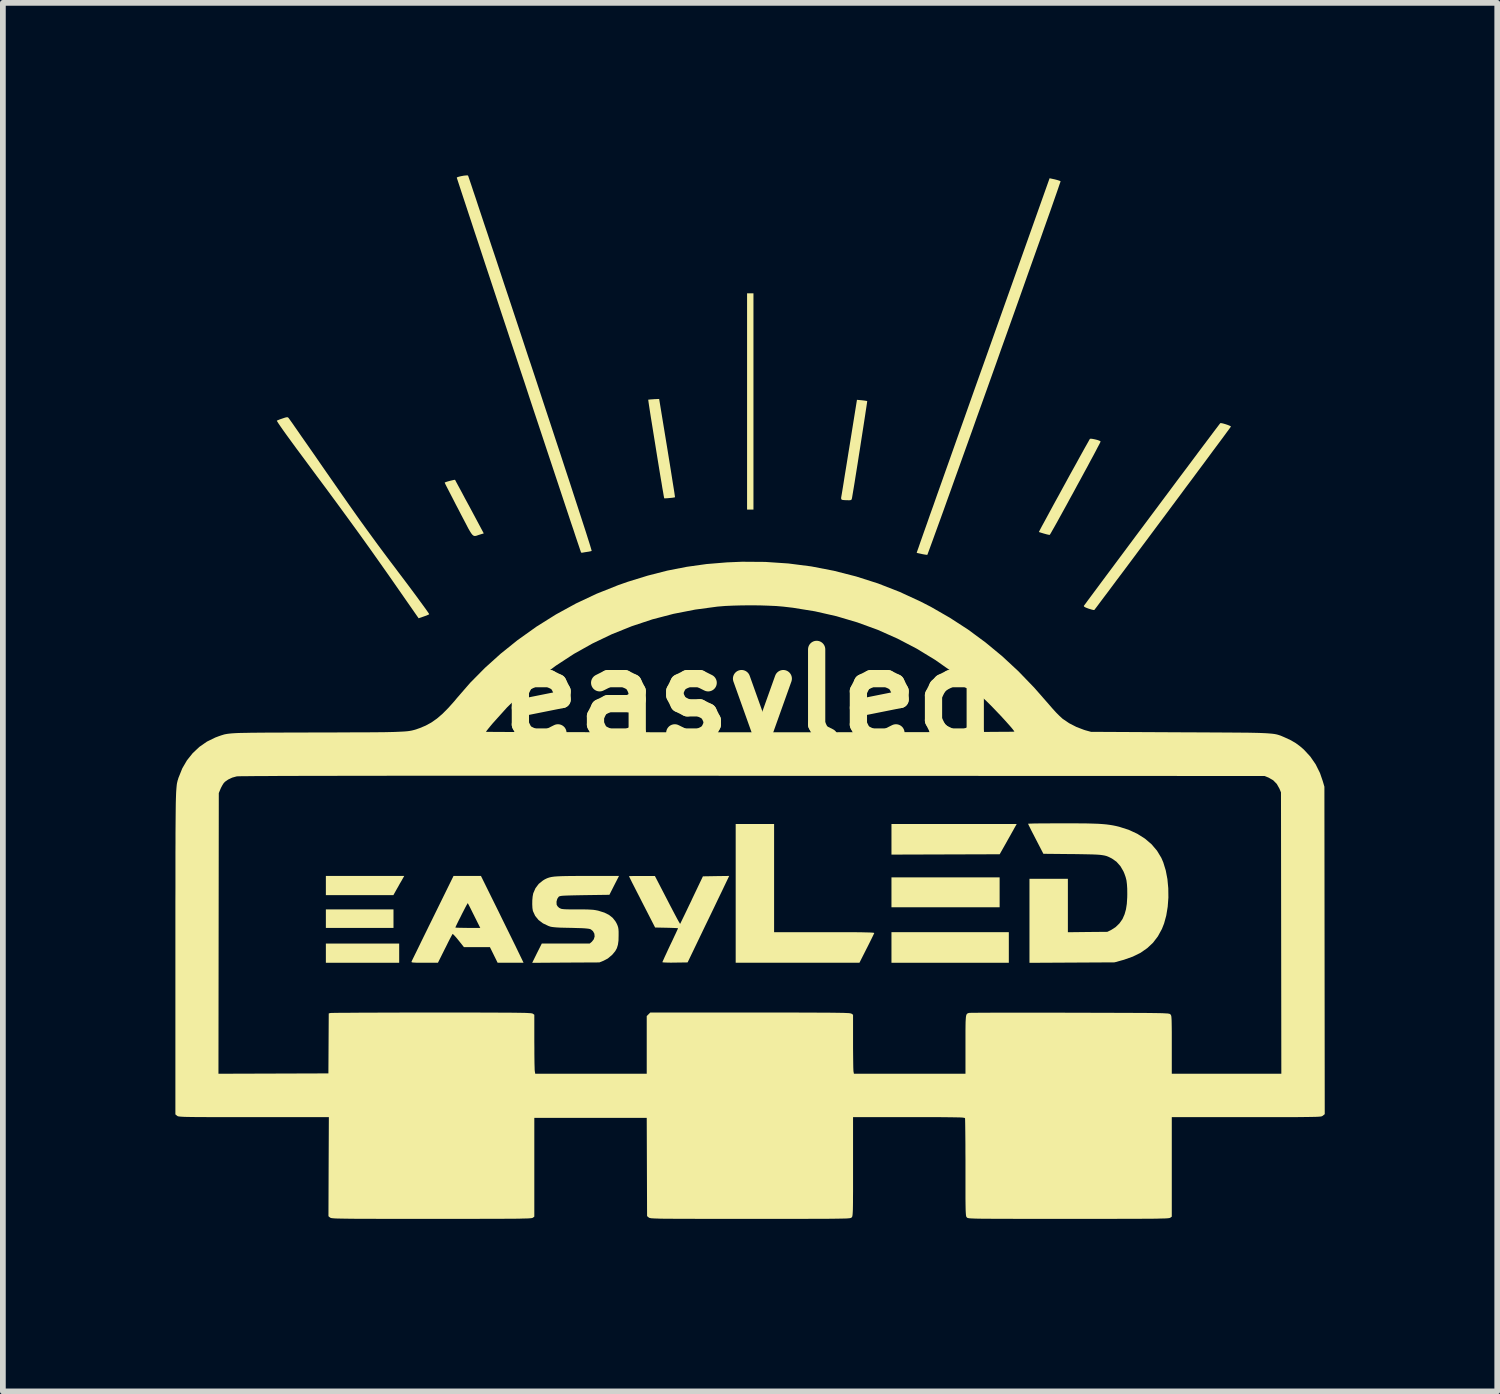
<source format=kicad_pcb>
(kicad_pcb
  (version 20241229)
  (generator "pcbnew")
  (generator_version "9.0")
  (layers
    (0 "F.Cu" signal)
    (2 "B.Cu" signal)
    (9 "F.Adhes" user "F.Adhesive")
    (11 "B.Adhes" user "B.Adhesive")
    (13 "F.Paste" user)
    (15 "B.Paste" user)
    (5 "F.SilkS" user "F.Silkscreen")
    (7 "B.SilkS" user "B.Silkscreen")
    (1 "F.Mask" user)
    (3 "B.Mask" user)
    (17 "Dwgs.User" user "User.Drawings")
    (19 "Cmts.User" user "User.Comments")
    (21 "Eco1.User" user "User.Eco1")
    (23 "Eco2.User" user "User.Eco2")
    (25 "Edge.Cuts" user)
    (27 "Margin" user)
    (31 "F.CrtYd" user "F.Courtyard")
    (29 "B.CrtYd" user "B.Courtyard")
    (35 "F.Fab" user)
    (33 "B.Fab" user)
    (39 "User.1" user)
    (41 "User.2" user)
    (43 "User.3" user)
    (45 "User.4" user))
  (footprint "easyled"
    (layer "F.Cu")
    (at 9.991 9.078)
    (property "Reference" "easyled" (at 0 0 0) (layer "F.SilkS") (effects (font (size 1.524 1.524) (thickness 0.3))))
    (attr board_only exclude_from_pos_files exclude_from_bom)
    (fp_poly (pts (xy -6.198 4.009) (xy -7.374 4.009) (xy -7.374 3.687) (xy -6.198 3.687)) (stroke (width 0) (type solid)) (fill yes) (layer "F.SilkS"))
    (fp_poly (pts (xy -6.099 4.615) (xy -7.374 4.615) (xy -7.374 4.281) (xy -6.099 4.281)) (stroke (width 0) (type solid)) (fill yes) (layer "F.SilkS"))
    (fp_poly (pts (xy 0.062 -3.266) (xy -0.049 -3.266) (xy -0.049 -7.027) (xy 0.062 -7.027)) (stroke (width 0) (type solid)) (fill yes) (layer "F.SilkS"))
    (fp_poly (pts (xy 4.343 3.65) (xy 2.462 3.65) (xy 2.462 3.13) (xy 4.343 3.13)) (stroke (width 0) (type solid)) (fill yes) (layer "F.SilkS"))
    (fp_poly (pts (xy 4.503 4.615) (xy 2.462 4.615) (xy 2.462 4.083) (xy 4.503 4.083)) (stroke (width 0) (type solid)) (fill yes) (layer "F.SilkS"))
    (fp_poly (pts (xy -6.041 3.158) (xy -6.06 3.192) (xy -6.088 3.239) (xy -6.118 3.294) (xy -6.136 3.325) (xy -6.2 3.439) (xy -7.374 3.439) (xy -7.374 3.105) (xy -6.011 3.105)) (stroke (width 0) (type solid)) (fill yes) (layer "F.SilkS"))
    (fp_poly (pts (xy 4.603 2.267) (xy 4.585 2.3) (xy 4.558 2.348) (xy 4.524 2.409) (xy 4.486 2.476) (xy 4.456 2.53) (xy 4.344 2.728) (xy 3.403 2.731) (xy 2.462 2.734) (xy 2.462 2.202) (xy 4.64 2.202)) (stroke (width 0) (type solid)) (fill yes) (layer "F.SilkS"))
    (fp_poly (pts (xy 0.421 4.083) (xy 1.294 4.083) (xy 1.468 4.083) (xy 1.619 4.083) (xy 1.748 4.084) (xy 1.856 4.084) (xy 1.946 4.085) (xy 2.018 4.087) (xy 2.073 4.088) (xy 2.114 4.09) (xy 2.142 4.092) (xy 2.158 4.095) (xy 2.163 4.098) (xy 2.163 4.098) (xy 2.156 4.113) (xy 2.14 4.147) (xy 2.116 4.196) (xy 2.086 4.257) (xy 2.051 4.327) (xy 2.032 4.364) (xy 1.905 4.615) (xy -0.247 4.615) (xy -0.247 2.202) (xy 0.421 2.202)) (stroke (width 0) (type solid)) (fill yes) (layer "F.SilkS"))
    (fp_poly (pts (xy -5.128 -3.783) (xy -5.121 -3.772) (xy -5.105 -3.741) (xy -5.079 -3.693) (xy -5.045 -3.63) (xy -5.004 -3.554) (xy -4.958 -3.467) (xy -4.907 -3.373) (xy -4.876 -3.316) (xy -4.628 -2.852) (xy -4.694 -2.832) (xy -4.725 -2.822) (xy -4.75 -2.813) (xy -4.771 -2.808) (xy -4.789 -2.807) (xy -4.807 -2.813) (xy -4.825 -2.827) (xy -4.845 -2.852) (xy -4.868 -2.888) (xy -4.897 -2.938) (xy -4.931 -3.004) (xy -4.974 -3.086) (xy -5.027 -3.187) (xy -5.065 -3.261) (xy -5.117 -3.36) (xy -5.164 -3.452) (xy -5.207 -3.535) (xy -5.244 -3.607) (xy -5.274 -3.665) (xy -5.295 -3.707) (xy -5.306 -3.731) (xy -5.308 -3.735) (xy -5.297 -3.741) (xy -5.269 -3.751) (xy -5.231 -3.762) (xy -5.191 -3.772) (xy -5.156 -3.78) (xy -5.133 -3.784)) (stroke (width 0) (type solid)) (fill yes) (layer "F.SilkS"))
    (fp_poly (pts (xy -1.438 -4.338) (xy -1.415 -4.196) (xy -1.393 -4.061) (xy -1.373 -3.936) (xy -1.355 -3.822) (xy -1.339 -3.721) (xy -1.325 -3.635) (xy -1.314 -3.566) (xy -1.307 -3.516) (xy -1.303 -3.488) (xy -1.302 -3.481) (xy -1.317 -3.477) (xy -1.348 -3.472) (xy -1.388 -3.468) (xy -1.429 -3.464) (xy -1.465 -3.462) (xy -1.487 -3.462) (xy -1.49 -3.463) (xy -1.493 -3.477) (xy -1.5 -3.513) (xy -1.509 -3.568) (xy -1.522 -3.64) (xy -1.536 -3.727) (xy -1.553 -3.826) (xy -1.571 -3.935) (xy -1.59 -4.052) (xy -1.61 -4.174) (xy -1.63 -4.299) (xy -1.65 -4.424) (xy -1.67 -4.547) (xy -1.689 -4.666) (xy -1.707 -4.778) (xy -1.724 -4.881) (xy -1.738 -4.972) (xy -1.75 -5.05) (xy -1.759 -5.111) (xy -1.765 -5.153) (xy -1.768 -5.174) (xy -1.768 -5.177) (xy -1.754 -5.179) (xy -1.722 -5.182) (xy -1.678 -5.185) (xy -1.671 -5.186) (xy -1.578 -5.19)) (stroke (width 0) (type solid)) (fill yes) (layer "F.SilkS"))
    (fp_poly (pts (xy 1.948 -5.167) (xy 1.991 -5.162) (xy 2.024 -5.157) (xy 2.04 -5.153) (xy 2.04 -5.153) (xy 2.039 -5.14) (xy 2.034 -5.105) (xy 2.026 -5.051) (xy 2.015 -4.98) (xy 2.002 -4.893) (xy 1.987 -4.795) (xy 1.97 -4.686) (xy 1.952 -4.57) (xy 1.933 -4.448) (xy 1.914 -4.324) (xy 1.894 -4.199) (xy 1.875 -4.076) (xy 1.856 -3.958) (xy 1.838 -3.846) (xy 1.822 -3.744) (xy 1.807 -3.653) (xy 1.794 -3.576) (xy 1.784 -3.516) (xy 1.777 -3.474) (xy 1.773 -3.455) (xy 1.767 -3.439) (xy 1.753 -3.431) (xy 1.726 -3.428) (xy 1.697 -3.429) (xy 1.654 -3.43) (xy 1.618 -3.433) (xy 1.604 -3.436) (xy 1.588 -3.447) (xy 1.587 -3.472) (xy 1.587 -3.475) (xy 1.59 -3.492) (xy 1.597 -3.532) (xy 1.607 -3.592) (xy 1.62 -3.671) (xy 1.635 -3.765) (xy 1.652 -3.873) (xy 1.672 -3.994) (xy 1.693 -4.124) (xy 1.715 -4.262) (xy 1.728 -4.341) (xy 1.862 -5.175)) (stroke (width 0) (type solid)) (fill yes) (layer "F.SilkS"))
    (fp_poly (pts (xy 5.962 -4.495) (xy 6.002 -4.487) (xy 6.042 -4.477) (xy 6.076 -4.465) (xy 6.096 -4.454) (xy 6.099 -4.45) (xy 6.093 -4.436) (xy 6.077 -4.403) (xy 6.05 -4.353) (xy 6.016 -4.287) (xy 5.974 -4.208) (xy 5.925 -4.118) (xy 5.872 -4.018) (xy 5.814 -3.912) (xy 5.754 -3.801) (xy 5.691 -3.686) (xy 5.629 -3.571) (xy 5.566 -3.457) (xy 5.506 -3.346) (xy 5.448 -3.241) (xy 5.394 -3.143) (xy 5.345 -3.054) (xy 5.302 -2.977) (xy 5.266 -2.914) (xy 5.239 -2.866) (xy 5.221 -2.836) (xy 5.214 -2.826) (xy 5.197 -2.828) (xy 5.164 -2.835) (xy 5.12 -2.847) (xy 5.116 -2.848) (xy 5.073 -2.861) (xy 5.041 -2.871) (xy 5.026 -2.876) (xy 5.026 -2.876) (xy 5.031 -2.887) (xy 5.047 -2.918) (xy 5.072 -2.966) (xy 5.107 -3.03) (xy 5.149 -3.107) (xy 5.197 -3.196) (xy 5.25 -3.294) (xy 5.307 -3.399) (xy 5.368 -3.509) (xy 5.43 -3.623) (xy 5.493 -3.738) (xy 5.555 -3.852) (xy 5.616 -3.962) (xy 5.675 -4.068) (xy 5.729 -4.167) (xy 5.779 -4.257) (xy 5.822 -4.335) (xy 5.859 -4.4) (xy 5.887 -4.45) (xy 5.905 -4.483) (xy 5.914 -4.496) (xy 5.914 -4.496) (xy 5.93 -4.499)) (stroke (width 0) (type solid)) (fill yes) (layer "F.SilkS"))
    (fp_poly (pts (xy -8.037 -4.871) (xy -8.025 -4.862) (xy -8.025 -4.862) (xy -8.015 -4.849) (xy -7.993 -4.818) (xy -7.958 -4.769) (xy -7.913 -4.704) (xy -7.857 -4.624) (xy -7.793 -4.531) (xy -7.72 -4.427) (xy -7.64 -4.312) (xy -7.554 -4.189) (xy -7.464 -4.058) (xy -7.369 -3.921) (xy -7.348 -3.891) (xy -7.213 -3.697) (xy -7.09 -3.52) (xy -6.976 -3.357) (xy -6.87 -3.207) (xy -6.769 -3.065) (xy -6.671 -2.929) (xy -6.574 -2.796) (xy -6.477 -2.663) (xy -6.376 -2.527) (xy -6.27 -2.385) (xy -6.156 -2.235) (xy -6.128 -2.197) (xy -6.038 -2.078) (xy -5.952 -1.964) (xy -5.873 -1.858) (xy -5.801 -1.761) (xy -5.737 -1.673) (xy -5.682 -1.598) (xy -5.637 -1.536) (xy -5.604 -1.489) (xy -5.583 -1.458) (xy -5.577 -1.446) (xy -5.577 -1.446) (xy -5.593 -1.437) (xy -5.626 -1.423) (xy -5.669 -1.408) (xy -5.674 -1.406) (xy -5.761 -1.376) (xy -6.279 -2.12) (xy -6.434 -2.34) (xy -6.601 -2.576) (xy -6.78 -2.826) (xy -6.969 -3.086) (xy -7.164 -3.353) (xy -7.365 -3.626) (xy -7.52 -3.834) (xy -7.656 -4.018) (xy -7.778 -4.183) (xy -7.886 -4.328) (xy -7.978 -4.454) (xy -8.056 -4.561) (xy -8.119 -4.649) (xy -8.167 -4.718) (xy -8.201 -4.768) (xy -8.221 -4.8) (xy -8.227 -4.813) (xy -8.227 -4.813) (xy -8.208 -4.821) (xy -8.174 -4.835) (xy -8.13 -4.85) (xy -8.127 -4.851) (xy -8.082 -4.866) (xy -8.054 -4.872)) (stroke (width 0) (type solid)) (fill yes) (layer "F.SilkS"))
    (fp_poly (pts (xy -0.459 3.312) (xy -0.485 3.367) (xy -0.521 3.441) (xy -0.564 3.53) (xy -0.612 3.631) (xy -0.665 3.741) (xy -0.721 3.857) (xy -0.778 3.974) (xy -0.821 4.064) (xy -1.083 4.609) (xy -1.303 4.612) (xy -1.373 4.613) (xy -1.434 4.612) (xy -1.482 4.61) (xy -1.512 4.608) (xy -1.522 4.605) (xy -1.517 4.592) (xy -1.502 4.559) (xy -1.48 4.51) (xy -1.451 4.448) (xy -1.418 4.376) (xy -1.386 4.308) (xy -1.349 4.231) (xy -1.316 4.16) (xy -1.288 4.101) (xy -1.267 4.055) (xy -1.253 4.025) (xy -1.25 4.015) (xy -1.261 4.013) (xy -1.294 4.011) (xy -1.342 4.009) (xy -1.404 4.007) (xy -1.449 4.006) (xy -1.648 4.002) (xy -1.876 3.558) (xy -1.925 3.461) (xy -1.971 3.372) (xy -2.012 3.291) (xy -2.047 3.223) (xy -2.074 3.168) (xy -2.093 3.13) (xy -2.102 3.111) (xy -2.103 3.109) (xy -2.092 3.108) (xy -2.059 3.107) (xy -2.009 3.106) (xy -1.947 3.106) (xy -1.877 3.106) (xy -1.652 3.106) (xy -1.435 3.525) (xy -1.387 3.618) (xy -1.342 3.704) (xy -1.302 3.78) (xy -1.268 3.844) (xy -1.241 3.893) (xy -1.222 3.926) (xy -1.214 3.939) (xy -1.214 3.939) (xy -1.207 3.927) (xy -1.192 3.896) (xy -1.168 3.847) (xy -1.137 3.783) (xy -1.1 3.706) (xy -1.059 3.62) (xy -1.014 3.527) (xy -1.013 3.523) (xy -0.817 3.112) (xy -0.588 3.108) (xy -0.36 3.105)) (stroke (width 0) (type solid)) (fill yes) (layer "F.SilkS"))
    (fp_poly (pts (xy -4.434 3.597) (xy -4.377 3.712) (xy -4.319 3.831) (xy -4.261 3.949) (xy -4.205 4.063) (xy -4.153 4.168) (xy -4.108 4.26) (xy -4.071 4.335) (xy -4.063 4.352) (xy -3.936 4.615) (xy -4.387 4.615) (xy -4.454 4.479) (xy -4.521 4.343) (xy -4.973 4.343) (xy -5.067 4.225) (xy -5.104 4.18) (xy -5.136 4.144) (xy -5.159 4.121) (xy -5.17 4.113) (xy -5.17 4.113) (xy -5.177 4.125) (xy -5.194 4.156) (xy -5.219 4.203) (xy -5.249 4.262) (xy -5.283 4.331) (xy -5.301 4.366) (xy -5.425 4.615) (xy -5.658 4.615) (xy -5.74 4.615) (xy -5.8 4.614) (xy -5.841 4.612) (xy -5.867 4.61) (xy -5.881 4.606) (xy -5.885 4.6) (xy -5.884 4.595) (xy -5.878 4.581) (xy -5.861 4.546) (xy -5.835 4.493) (xy -5.801 4.424) (xy -5.76 4.34) (xy -5.713 4.243) (xy -5.66 4.135) (xy -5.603 4.019) (xy -5.595 4.002) (xy -5.122 4.002) (xy -5.11 4.004) (xy -5.078 4.006) (xy -5.029 4.007) (xy -4.966 4.008) (xy -4.905 4.009) (xy -4.689 4.009) (xy -4.796 3.795) (xy -4.829 3.729) (xy -4.858 3.67) (xy -4.882 3.623) (xy -4.899 3.591) (xy -4.906 3.578) (xy -4.906 3.577) (xy -4.912 3.587) (xy -4.928 3.614) (xy -4.95 3.655) (xy -4.976 3.706) (xy -5.006 3.764) (xy -5.035 3.823) (xy -5.064 3.879) (xy -5.089 3.93) (xy -5.108 3.97) (xy -5.12 3.995) (xy -5.122 4.002) (xy -5.595 4.002) (xy -5.542 3.895) (xy -5.515 3.84) (xy -5.154 3.105) (xy -4.677 3.105)) (stroke (width 0) (type solid)) (fill yes) (layer "F.SilkS"))
    (fp_poly (pts (xy 5.305 -9.008) (xy 5.35 -8.996) (xy 5.384 -8.985) (xy 5.402 -8.977) (xy 5.403 -8.975) (xy 5.399 -8.962) (xy 5.387 -8.928) (xy 5.368 -8.872) (xy 5.342 -8.796) (xy 5.309 -8.702) (xy 5.27 -8.59) (xy 5.225 -8.461) (xy 5.174 -8.318) (xy 5.118 -8.16) (xy 5.058 -7.989) (xy 4.993 -7.807) (xy 4.924 -7.613) (xy 4.852 -7.411) (xy 4.777 -7.199) (xy 4.7 -6.981) (xy 4.62 -6.756) (xy 4.538 -6.526) (xy 4.455 -6.293) (xy 4.37 -6.056) (xy 4.286 -5.818) (xy 4.201 -5.58) (xy 4.116 -5.342) (xy 4.032 -5.107) (xy 3.948 -4.874) (xy 3.867 -4.645) (xy 3.787 -4.422) (xy 3.709 -4.205) (xy 3.634 -3.995) (xy 3.562 -3.795) (xy 3.494 -3.604) (xy 3.429 -3.424) (xy 3.369 -3.256) (xy 3.313 -3.101) (xy 3.262 -2.961) (xy 3.217 -2.837) (xy 3.178 -2.729) (xy 3.145 -2.639) (xy 3.119 -2.568) (xy 3.1 -2.517) (xy 3.089 -2.487) (xy 3.085 -2.479) (xy 3.069 -2.48) (xy 3.035 -2.485) (xy 2.991 -2.493) (xy 2.989 -2.494) (xy 2.947 -2.503) (xy 2.915 -2.51) (xy 2.901 -2.514) (xy 2.901 -2.514) (xy 2.904 -2.526) (xy 2.916 -2.56) (xy 2.936 -2.616) (xy 2.962 -2.692) (xy 2.996 -2.788) (xy 3.036 -2.902) (xy 3.083 -3.034) (xy 3.135 -3.183) (xy 3.194 -3.347) (xy 3.257 -3.527) (xy 3.326 -3.72) (xy 3.399 -3.927) (xy 3.477 -4.146) (xy 3.558 -4.375) (xy 3.643 -4.615) (xy 3.732 -4.865) (xy 3.823 -5.122) (xy 3.917 -5.387) (xy 4.014 -5.659) (xy 4.055 -5.773) (xy 5.212 -9.028)) (stroke (width 0) (type solid)) (fill yes) (layer "F.SilkS"))
    (fp_poly (pts (xy 8.226 -4.764) (xy 8.265 -4.753) (xy 8.305 -4.74) (xy 8.34 -4.726) (xy 8.362 -4.714) (xy 8.366 -4.709) (xy 8.358 -4.699) (xy 8.337 -4.67) (xy 8.303 -4.624) (xy 8.257 -4.561) (xy 8.2 -4.484) (xy 8.133 -4.394) (xy 8.057 -4.292) (xy 7.973 -4.178) (xy 7.882 -4.055) (xy 7.784 -3.924) (xy 7.682 -3.786) (xy 7.574 -3.642) (xy 7.464 -3.493) (xy 7.351 -3.342) (xy 7.237 -3.188) (xy 7.122 -3.034) (xy 7.008 -2.881) (xy 6.895 -2.729) (xy 6.784 -2.581) (xy 6.677 -2.437) (xy 6.574 -2.299) (xy 6.476 -2.168) (xy 6.384 -2.046) (xy 6.3 -1.933) (xy 6.224 -1.831) (xy 6.156 -1.741) (xy 6.099 -1.665) (xy 6.053 -1.603) (xy 6.019 -1.558) (xy 5.997 -1.53) (xy 5.99 -1.52) (xy 5.975 -1.52) (xy 5.944 -1.527) (xy 5.901 -1.54) (xy 5.891 -1.543) (xy 5.841 -1.562) (xy 5.814 -1.577) (xy 5.807 -1.59) (xy 5.807 -1.591) (xy 5.815 -1.602) (xy 5.837 -1.631) (xy 5.871 -1.678) (xy 5.918 -1.741) (xy 5.975 -1.818) (xy 6.043 -1.909) (xy 6.119 -2.012) (xy 6.204 -2.126) (xy 6.296 -2.249) (xy 6.394 -2.381) (xy 6.497 -2.519) (xy 6.604 -2.663) (xy 6.715 -2.812) (xy 6.828 -2.963) (xy 6.943 -3.117) (xy 7.058 -3.271) (xy 7.172 -3.424) (xy 7.285 -3.575) (xy 7.395 -3.723) (xy 7.502 -3.866) (xy 7.605 -4.003) (xy 7.702 -4.133) (xy 7.793 -4.255) (xy 7.877 -4.367) (xy 7.953 -4.468) (xy 8.019 -4.556) (xy 8.075 -4.631) (xy 8.121 -4.691) (xy 8.154 -4.735) (xy 8.174 -4.761) (xy 8.18 -4.769) (xy 8.195 -4.77)) (stroke (width 0) (type solid)) (fill yes) (layer "F.SilkS"))
    (fp_poly (pts (xy 5.605 2.19) (xy 5.745 2.191) (xy 5.865 2.192) (xy 5.968 2.195) (xy 6.056 2.198) (xy 6.132 2.203) (xy 6.199 2.209) (xy 6.259 2.217) (xy 6.314 2.226) (xy 6.368 2.237) (xy 6.422 2.25) (xy 6.588 2.303) (xy 6.737 2.372) (xy 6.87 2.456) (xy 6.985 2.554) (xy 7.08 2.666) (xy 7.155 2.79) (xy 7.189 2.869) (xy 7.232 3.009) (xy 7.261 3.16) (xy 7.276 3.32) (xy 7.278 3.481) (xy 7.266 3.641) (xy 7.241 3.793) (xy 7.203 3.932) (xy 7.165 4.028) (xy 7.095 4.156) (xy 7.011 4.266) (xy 6.911 4.36) (xy 6.795 4.441) (xy 6.659 4.508) (xy 6.504 4.563) (xy 6.46 4.575) (xy 6.341 4.608) (xy 5.601 4.612) (xy 4.862 4.616) (xy 4.862 3.155) (xy 5.53 3.155) (xy 5.53 4.084) (xy 5.874 4.08) (xy 6.217 4.077) (xy 6.287 4.042) (xy 6.36 3.995) (xy 6.426 3.931) (xy 6.477 3.859) (xy 6.482 3.85) (xy 6.516 3.772) (xy 6.54 3.687) (xy 6.555 3.591) (xy 6.562 3.478) (xy 6.563 3.421) (xy 6.562 3.325) (xy 6.557 3.248) (xy 6.549 3.183) (xy 6.534 3.124) (xy 6.513 3.065) (xy 6.495 3.023) (xy 6.443 2.934) (xy 6.375 2.858) (xy 6.297 2.803) (xy 6.264 2.786) (xy 6.235 2.772) (xy 6.205 2.76) (xy 6.172 2.751) (xy 6.134 2.744) (xy 6.088 2.738) (xy 6.03 2.734) (xy 5.96 2.731) (xy 5.873 2.729) (xy 5.768 2.727) (xy 5.641 2.725) (xy 5.605 2.725) (xy 5.104 2.72) (xy 4.971 2.463) (xy 4.933 2.389) (xy 4.899 2.324) (xy 4.872 2.269) (xy 4.851 2.227) (xy 4.84 2.203) (xy 4.838 2.198) (xy 4.849 2.196) (xy 4.884 2.195) (xy 4.938 2.193) (xy 5.01 2.192) (xy 5.097 2.191) (xy 5.198 2.191) (xy 5.308 2.19) (xy 5.427 2.19) (xy 5.443 2.19)) (stroke (width 0) (type solid)) (fill yes) (layer "F.SilkS"))
    (fp_poly (pts (xy -4.902 -9.075) (xy -4.897 -9.063) (xy -4.885 -9.028) (xy -4.866 -8.972) (xy -4.84 -8.895) (xy -4.808 -8.798) (xy -4.769 -8.683) (xy -4.725 -8.549) (xy -4.675 -8.399) (xy -4.62 -8.233) (xy -4.559 -8.052) (xy -4.495 -7.857) (xy -4.425 -7.649) (xy -4.352 -7.428) (xy -4.276 -7.197) (xy -4.195 -6.955) (xy -4.112 -6.704) (xy -4.026 -6.445) (xy -3.938 -6.178) (xy -3.848 -5.905) (xy -3.816 -5.811) (xy -3.7 -5.461) (xy -3.591 -5.128) (xy -3.487 -4.814) (xy -3.39 -4.519) (xy -3.299 -4.244) (xy -3.215 -3.987) (xy -3.137 -3.751) (xy -3.067 -3.535) (xy -3.003 -3.339) (xy -2.946 -3.164) (xy -2.896 -3.01) (xy -2.853 -2.878) (xy -2.818 -2.767) (xy -2.79 -2.679) (xy -2.77 -2.613) (xy -2.757 -2.569) (xy -2.752 -2.549) (xy -2.752 -2.547) (xy -2.771 -2.541) (xy -2.806 -2.534) (xy -2.827 -2.531) (xy -2.867 -2.525) (xy -2.9 -2.519) (xy -2.91 -2.517) (xy -2.93 -2.517) (xy -2.937 -2.521) (xy -2.941 -2.534) (xy -2.953 -2.569) (xy -2.972 -2.626) (xy -2.998 -2.702) (xy -3.03 -2.797) (xy -3.067 -2.91) (xy -3.111 -3.039) (xy -3.159 -3.184) (xy -3.212 -3.343) (xy -3.269 -3.515) (xy -3.33 -3.699) (xy -3.395 -3.894) (xy -3.463 -4.099) (xy -3.534 -4.312) (xy -3.607 -4.532) (xy -3.682 -4.758) (xy -3.759 -4.989) (xy -3.837 -5.225) (xy -3.915 -5.463) (xy -3.995 -5.702) (xy -4.074 -5.942) (xy -4.154 -6.181) (xy -4.232 -6.418) (xy -4.31 -6.652) (xy -4.386 -6.882) (xy -4.46 -7.106) (xy -4.532 -7.324) (xy -4.602 -7.534) (xy -4.668 -7.735) (xy -4.731 -7.926) (xy -4.791 -8.106) (xy -4.846 -8.274) (xy -4.897 -8.428) (xy -4.943 -8.568) (xy -4.984 -8.692) (xy -5.019 -8.798) (xy -5.048 -8.887) (xy -5.071 -8.957) (xy -5.087 -9.006) (xy -5.096 -9.033) (xy -5.097 -9.039) (xy -5.086 -9.047) (xy -5.058 -9.056) (xy -5.019 -9.065) (xy -4.976 -9.073) (xy -4.938 -9.077) (xy -4.911 -9.078)) (stroke (width 0) (type solid)) (fill yes) (layer "F.SilkS"))
    (fp_poly (pts (xy -2.36 3.269) (xy -2.443 3.433) (xy -2.872 3.439) (xy -2.987 3.441) (xy -3.08 3.443) (xy -3.153 3.445) (xy -3.209 3.447) (xy -3.25 3.449) (xy -3.28 3.452) (xy -3.3 3.456) (xy -3.314 3.46) (xy -3.323 3.466) (xy -3.327 3.469) (xy -3.35 3.504) (xy -3.363 3.552) (xy -3.361 3.601) (xy -3.36 3.607) (xy -3.344 3.634) (xy -3.317 3.66) (xy -3.312 3.662) (xy -3.297 3.67) (xy -3.28 3.677) (xy -3.257 3.681) (xy -3.224 3.684) (xy -3.178 3.686) (xy -3.116 3.687) (xy -3.034 3.687) (xy -2.999 3.687) (xy -2.904 3.687) (xy -2.829 3.688) (xy -2.77 3.691) (xy -2.724 3.694) (xy -2.684 3.7) (xy -2.648 3.707) (xy -2.632 3.711) (xy -2.53 3.743) (xy -2.45 3.783) (xy -2.387 3.833) (xy -2.338 3.895) (xy -2.317 3.932) (xy -2.302 3.966) (xy -2.292 3.996) (xy -2.286 4.029) (xy -2.283 4.073) (xy -2.283 4.134) (xy -2.283 4.138) (xy -2.285 4.229) (xy -2.295 4.301) (xy -2.313 4.361) (xy -2.341 4.412) (xy -2.383 4.463) (xy -2.399 4.48) (xy -2.471 4.541) (xy -2.543 4.579) (xy -2.617 4.609) (xy -3.202 4.612) (xy -3.786 4.616) (xy -3.703 4.448) (xy -3.619 4.281) (xy -2.786 4.281) (xy -2.748 4.249) (xy -2.715 4.207) (xy -2.7 4.158) (xy -2.705 4.109) (xy -2.729 4.065) (xy -2.764 4.036) (xy -2.779 4.029) (xy -2.801 4.024) (xy -2.832 4.02) (xy -2.875 4.016) (xy -2.933 4.013) (xy -3.01 4.011) (xy -3.107 4.008) (xy -3.118 4.008) (xy -3.217 4.006) (xy -3.295 4.004) (xy -3.355 4.001) (xy -3.401 3.997) (xy -3.436 3.993) (xy -3.465 3.988) (xy -3.489 3.98) (xy -3.503 3.975) (xy -3.598 3.93) (xy -3.676 3.871) (xy -3.734 3.8) (xy -3.771 3.72) (xy -3.774 3.712) (xy -3.782 3.663) (xy -3.785 3.598) (xy -3.784 3.528) (xy -3.778 3.462) (xy -3.768 3.409) (xy -3.767 3.406) (xy -3.729 3.318) (xy -3.672 3.243) (xy -3.6 3.185) (xy -3.571 3.167) (xy -3.542 3.152) (xy -3.513 3.14) (xy -3.481 3.13) (xy -3.444 3.122) (xy -3.398 3.116) (xy -3.342 3.112) (xy -3.273 3.109) (xy -3.189 3.107) (xy -3.087 3.106) (xy -2.965 3.105) (xy -2.83 3.105) (xy -2.276 3.105)) (stroke (width 0) (type solid)) (fill yes) (layer "F.SilkS"))
    (fp_poly (pts (xy 0.268 -2.356) (xy 0.669 -2.329) (xy 1.067 -2.278) (xy 1.46 -2.202) (xy 1.848 -2.103) (xy 2.23 -1.981) (xy 2.604 -1.835) (xy 2.97 -1.666) (xy 3.149 -1.574) (xy 3.479 -1.384) (xy 3.795 -1.179) (xy 4.097 -0.956) (xy 4.389 -0.715) (xy 4.67 -0.454) (xy 4.944 -0.17) (xy 5.2 0.122) (xy 5.264 0.196) (xy 5.326 0.264) (xy 5.384 0.322) (xy 5.432 0.366) (xy 5.44 0.373) (xy 5.552 0.449) (xy 5.678 0.514) (xy 5.809 0.564) (xy 5.834 0.572) (xy 5.932 0.599) (xy 7.479 0.607) (xy 7.713 0.608) (xy 7.923 0.609) (xy 8.111 0.61) (xy 8.279 0.611) (xy 8.427 0.612) (xy 8.557 0.613) (xy 8.671 0.614) (xy 8.77 0.616) (xy 8.855 0.618) (xy 8.928 0.621) (xy 8.99 0.624) (xy 9.042 0.628) (xy 9.087 0.632) (xy 9.124 0.637) (xy 9.156 0.643) (xy 9.183 0.65) (xy 9.208 0.658) (xy 9.232 0.666) (xy 9.255 0.676) (xy 9.281 0.687) (xy 9.308 0.699) (xy 9.409 0.746) (xy 9.494 0.796) (xy 9.572 0.854) (xy 9.634 0.908) (xy 9.746 1.029) (xy 9.839 1.164) (xy 9.914 1.315) (xy 9.962 1.454) (xy 9.991 1.553) (xy 9.997 7.248) (xy 9.964 7.274) (xy 9.959 7.278) (xy 9.952 7.282) (xy 9.944 7.285) (xy 9.932 7.288) (xy 9.914 7.29) (xy 9.89 7.292) (xy 9.858 7.294) (xy 9.817 7.295) (xy 9.765 7.296) (xy 9.7 7.297) (xy 9.622 7.298) (xy 9.529 7.299) (xy 9.419 7.299) (xy 9.291 7.299) (xy 9.144 7.299) (xy 8.976 7.3) (xy 8.786 7.3) (xy 8.634 7.3) (xy 7.337 7.3) (xy 7.337 9.03) (xy 7.309 9.05) (xy 7.303 9.052) (xy 7.294 9.055) (xy 7.278 9.057) (xy 7.257 9.059) (xy 7.227 9.061) (xy 7.189 9.062) (xy 7.14 9.063) (xy 7.08 9.065) (xy 7.008 9.066) (xy 6.921 9.066) (xy 6.82 9.067) (xy 6.703 9.068) (xy 6.568 9.068) (xy 6.415 9.068) (xy 6.243 9.069) (xy 6.049 9.069) (xy 5.833 9.069) (xy 5.594 9.069) (xy 5.54 9.069) (xy 5.298 9.069) (xy 5.079 9.069) (xy 4.883 9.069) (xy 4.708 9.069) (xy 4.552 9.068) (xy 4.416 9.068) (xy 4.296 9.068) (xy 4.193 9.067) (xy 4.105 9.067) (xy 4.031 9.066) (xy 3.969 9.065) (xy 3.918 9.064) (xy 3.878 9.062) (xy 3.846 9.061) (xy 3.822 9.059) (xy 3.805 9.057) (xy 3.793 9.054) (xy 3.784 9.052) (xy 3.779 9.049) (xy 3.775 9.045) (xy 3.774 9.044) (xy 3.769 9.039) (xy 3.764 9.032) (xy 3.761 9.021) (xy 3.758 9.006) (xy 3.756 8.984) (xy 3.754 8.953) (xy 3.752 8.911) (xy 3.751 8.857) (xy 3.75 8.789) (xy 3.749 8.706) (xy 3.749 8.604) (xy 3.749 8.484) (xy 3.749 8.342) (xy 3.749 8.179) (xy 3.749 8.037) (xy 3.748 7.901) (xy 3.748 7.775) (xy 3.747 7.66) (xy 3.746 7.558) (xy 3.745 7.472) (xy 3.744 7.403) (xy 3.743 7.353) (xy 3.742 7.325) (xy 3.741 7.319) (xy 3.738 7.316) (xy 3.73 7.312) (xy 3.717 7.31) (xy 3.695 7.307) (xy 3.664 7.305) (xy 3.623 7.304) (xy 3.569 7.303) (xy 3.501 7.302) (xy 3.417 7.301) (xy 3.316 7.3) (xy 3.196 7.3) (xy 3.056 7.3) (xy 2.894 7.3) (xy 2.764 7.3) (xy 1.794 7.3) (xy 1.794 8.159) (xy 1.794 8.326) (xy 1.794 8.47) (xy 1.794 8.592) (xy 1.793 8.695) (xy 1.793 8.781) (xy 1.792 8.85) (xy 1.791 8.905) (xy 1.789 8.948) (xy 1.787 8.98) (xy 1.785 9.003) (xy 1.782 9.02) (xy 1.779 9.031) (xy 1.775 9.038) (xy 1.77 9.043) (xy 1.769 9.044) (xy 1.765 9.047) (xy 1.761 9.051) (xy 1.753 9.053) (xy 1.743 9.056) (xy 1.727 9.058) (xy 1.706 9.06) (xy 1.677 9.062) (xy 1.64 9.063) (xy 1.593 9.064) (xy 1.535 9.065) (xy 1.465 9.066) (xy 1.382 9.067) (xy 1.284 9.068) (xy 1.17 9.068) (xy 1.04 9.068) (xy 0.891 9.069) (xy 0.723 9.069) (xy 0.534 9.069) (xy 0.323 9.069) (xy 0.089 9.069) (xy 0.008 9.069) (xy -0.234 9.069) (xy -0.453 9.069) (xy -0.649 9.069) (xy -0.824 9.069) (xy -0.979 9.068) (xy -1.115 9.068) (xy -1.235 9.068) (xy -1.338 9.067) (xy -1.426 9.066) (xy -1.5 9.066) (xy -1.562 9.065) (xy -1.612 9.063) (xy -1.653 9.062) (xy -1.685 9.06) (xy -1.709 9.059) (xy -1.727 9.056) (xy -1.739 9.054) (xy -1.748 9.051) (xy -1.754 9.048) (xy -1.759 9.045) (xy -1.788 9.021) (xy -1.791 8.167) (xy -1.794 7.312) (xy -3.749 7.312) (xy -3.749 9.03) (xy -3.776 9.05) (xy -3.782 9.052) (xy -3.792 9.055) (xy -3.807 9.057) (xy -3.829 9.059) (xy -3.859 9.061) (xy -3.897 9.062) (xy -3.946 9.063) (xy -4.006 9.065) (xy -4.078 9.066) (xy -4.165 9.066) (xy -4.266 9.067) (xy -4.383 9.068) (xy -4.518 9.068) (xy -4.671 9.068) (xy -4.844 9.069) (xy -5.038 9.069) (xy -5.255 9.069) (xy -5.494 9.069) (xy -5.538 9.069) (xy -5.78 9.069) (xy -5.998 9.069) (xy -6.194 9.069) (xy -6.369 9.069) (xy -6.524 9.068) (xy -6.66 9.068) (xy -6.779 9.068) (xy -6.882 9.067) (xy -6.97 9.066) (xy -7.044 9.065) (xy -7.106 9.064) (xy -7.157 9.063) (xy -7.197 9.062) (xy -7.229 9.06) (xy -7.253 9.058) (xy -7.27 9.056) (xy -7.283 9.054) (xy -7.291 9.051) (xy -7.297 9.048) (xy -7.301 9.046) (xy -7.329 9.023) (xy -7.326 8.161) (xy -7.322 7.3) (xy -8.627 7.3) (xy -8.835 7.3) (xy -9.02 7.3) (xy -9.183 7.299) (xy -9.325 7.299) (xy -9.449 7.299) (xy -9.554 7.298) (xy -9.644 7.298) (xy -9.719 7.297) (xy -9.78 7.296) (xy -9.829 7.295) (xy -9.868 7.293) (xy -9.898 7.291) (xy -9.92 7.289) (xy -9.936 7.287) (xy -9.947 7.284) (xy -9.955 7.281) (xy -9.96 7.277) (xy -9.961 7.276) (xy -9.991 7.252) (xy -9.991 6.545) (xy -9.242 6.545) (xy -8.286 6.542) (xy -7.33 6.539) (xy -7.327 6.017) (xy -7.324 5.496) (xy -7.296 5.489) (xy -7.281 5.488) (xy -7.242 5.487) (xy -7.181 5.486) (xy -7.1 5.485) (xy -7 5.485) (xy -6.882 5.484) (xy -6.749 5.483) (xy -6.6 5.483) (xy -6.438 5.482) (xy -6.264 5.482) (xy -6.08 5.481) (xy -5.887 5.481) (xy -5.686 5.481) (xy -5.536 5.481) (xy -5.293 5.481) (xy -5.073 5.481) (xy -4.875 5.481) (xy -4.699 5.481) (xy -4.542 5.482) (xy -4.404 5.482) (xy -4.284 5.483) (xy -4.18 5.483) (xy -4.092 5.484) (xy -4.017 5.485) (xy -3.955 5.486) (xy -3.904 5.487) (xy -3.864 5.489) (xy -3.833 5.491) (xy -3.81 5.492) (xy -3.794 5.495) (xy -3.783 5.497) (xy -3.777 5.5) (xy -3.776 5.5) (xy -3.749 5.519) (xy -3.749 5.986) (xy -3.748 6.093) (xy -3.748 6.194) (xy -3.747 6.285) (xy -3.746 6.364) (xy -3.744 6.428) (xy -3.743 6.474) (xy -3.741 6.498) (xy -3.741 6.498) (xy -3.733 6.545) (xy -1.794 6.545) (xy -1.794 5.542) (xy -1.733 5.481) (xy 0.003 5.481) (xy 0.247 5.481) (xy 0.467 5.481) (xy 0.665 5.481) (xy 0.841 5.481) (xy 0.998 5.482) (xy 1.136 5.482) (xy 1.257 5.483) (xy 1.361 5.483) (xy 1.45 5.484) (xy 1.525 5.485) (xy 1.587 5.486) (xy 1.638 5.487) (xy 1.678 5.489) (xy 1.709 5.49) (xy 1.732 5.492) (xy 1.748 5.495) (xy 1.759 5.497) (xy 1.766 5.5) (xy 1.766 5.5) (xy 1.794 5.519) (xy 1.794 5.993) (xy 1.794 6.101) (xy 1.795 6.202) (xy 1.796 6.293) (xy 1.797 6.372) (xy 1.798 6.436) (xy 1.8 6.481) (xy 1.801 6.505) (xy 1.802 6.506) (xy 1.809 6.545) (xy 3.749 6.545) (xy 3.749 6.038) (xy 3.749 5.909) (xy 3.749 5.803) (xy 3.75 5.717) (xy 3.751 5.649) (xy 3.754 5.596) (xy 3.757 5.557) (xy 3.762 5.53) (xy 3.769 5.512) (xy 3.779 5.5) (xy 3.79 5.494) (xy 3.804 5.489) (xy 3.815 5.487) (xy 3.83 5.486) (xy 3.869 5.485) (xy 3.929 5.485) (xy 4.01 5.484) (xy 4.11 5.484) (xy 4.228 5.483) (xy 4.362 5.483) (xy 4.51 5.483) (xy 4.672 5.483) (xy 4.845 5.483) (xy 5.029 5.483) (xy 5.222 5.483) (xy 5.423 5.483) (xy 5.563 5.484) (xy 5.804 5.484) (xy 6.021 5.485) (xy 6.216 5.485) (xy 6.39 5.486) (xy 6.544 5.486) (xy 6.68 5.487) (xy 6.798 5.487) (xy 6.9 5.488) (xy 6.987 5.489) (xy 7.06 5.49) (xy 7.121 5.491) (xy 7.171 5.492) (xy 7.21 5.494) (xy 7.241 5.496) (xy 7.265 5.497) (xy 7.282 5.5) (xy 7.294 5.502) (xy 7.302 5.505) (xy 7.307 5.508) (xy 7.311 5.511) (xy 7.317 5.517) (xy 7.322 5.525) (xy 7.327 5.537) (xy 7.33 5.555) (xy 7.332 5.582) (xy 7.334 5.619) (xy 7.335 5.67) (xy 7.336 5.736) (xy 7.337 5.821) (xy 7.337 5.925) (xy 7.337 6.04) (xy 7.337 6.545) (xy 9.242 6.545) (xy 9.239 4.098) (xy 9.236 1.652) (xy 9.208 1.585) (xy 9.163 1.505) (xy 9.1 1.441) (xy 9.022 1.396) (xy 9.02 1.395) (xy 8.951 1.367) (xy 0.049 1.364) (xy -0.554 1.363) (xy -1.133 1.363) (xy -1.689 1.363) (xy -2.22 1.363) (xy -2.728 1.363) (xy -3.213 1.363) (xy -3.676 1.363) (xy -4.116 1.363) (xy -4.535 1.363) (xy -4.932 1.363) (xy -5.307 1.363) (xy -5.662 1.363) (xy -5.996 1.363) (xy -6.311 1.363) (xy -6.605 1.364) (xy -6.88 1.364) (xy -7.136 1.364) (xy -7.373 1.365) (xy -7.592 1.365) (xy -7.793 1.365) (xy -7.976 1.366) (xy -8.142 1.366) (xy -8.29 1.367) (xy -8.423 1.368) (xy -8.539 1.368) (xy -8.639 1.369) (xy -8.724 1.37) (xy -8.793 1.37) (xy -8.848 1.371) (xy -8.888 1.372) (xy -8.914 1.373) (xy -8.926 1.374) (xy -8.926 1.374) (xy -9.002 1.395) (xy -9.072 1.428) (xy -9.128 1.467) (xy -9.152 1.493) (xy -9.174 1.528) (xy -9.198 1.573) (xy -9.209 1.598) (xy -9.236 1.664) (xy -9.239 4.105) (xy -9.242 6.545) (xy -9.991 6.545) (xy -9.991 4.44) (xy -9.991 4.125) (xy -9.991 3.835) (xy -9.991 3.567) (xy -9.99 3.321) (xy -9.99 3.096) (xy -9.99 2.891) (xy -9.99 2.704) (xy -9.989 2.535) (xy -9.989 2.384) (xy -9.988 2.247) (xy -9.987 2.126) (xy -9.986 2.019) (xy -9.985 1.924) (xy -9.984 1.841) (xy -9.982 1.77) (xy -9.98 1.708) (xy -9.978 1.655) (xy -9.975 1.61) (xy -9.972 1.571) (xy -9.969 1.539) (xy -9.966 1.512) (xy -9.962 1.488) (xy -9.957 1.468) (xy -9.953 1.449) (xy -9.947 1.432) (xy -9.942 1.414) (xy -9.936 1.395) (xy -9.932 1.386) (xy -9.871 1.234) (xy -9.79 1.095) (xy -9.69 0.97) (xy -9.573 0.86) (xy -9.442 0.769) (xy -9.297 0.698) (xy -9.236 0.675) (xy -9.21 0.666) (xy -9.186 0.658) (xy -9.163 0.651) (xy -9.14 0.644) (xy -9.115 0.639) (xy -9.086 0.634) (xy -9.053 0.63) (xy -9.014 0.626) (xy -8.968 0.623) (xy -8.912 0.62) (xy -8.846 0.618) (xy -8.769 0.617) (xy -8.678 0.615) (xy -8.572 0.614) (xy -8.451 0.613) (xy -8.312 0.612) (xy -8.154 0.612) (xy -7.975 0.611) (xy -7.775 0.611) (xy -7.552 0.61) (xy -7.528 0.61) (xy -7.299 0.61) (xy -7.092 0.609) (xy -6.907 0.608) (xy -6.743 0.608) (xy -6.598 0.607) (xy -6.471 0.606) (xy -6.359 0.605) (xy -6.263 0.603) (xy -6.18 0.601) (xy -6.109 0.598) (xy -4.59 0.598) (xy -4.578 0.599) (xy -4.542 0.6) (xy -4.483 0.6) (xy -4.401 0.601) (xy -4.299 0.601) (xy -4.176 0.602) (xy -4.033 0.602) (xy -3.872 0.603) (xy -3.692 0.603) (xy -3.496 0.603) (xy -3.284 0.604) (xy -3.056 0.604) (xy -2.814 0.605) (xy -2.558 0.605) (xy -2.29 0.605) (xy -2.009 0.605) (xy -1.718 0.606) (xy -1.417 0.606) (xy -1.106 0.606) (xy -0.787 0.606) (xy -0.46 0.606) (xy -0.127 0.606) (xy 0.007 0.606) (xy 0.403 0.606) (xy 0.785 0.606) (xy 1.151 0.606) (xy 1.503 0.606) (xy 1.838 0.605) (xy 2.156 0.605) (xy 2.458 0.605) (xy 2.742 0.604) (xy 3.008 0.604) (xy 3.255 0.603) (xy 3.483 0.603) (xy 3.692 0.602) (xy 3.88 0.602) (xy 4.048 0.601) (xy 4.195 0.6) (xy 4.32 0.599) (xy 4.422 0.598) (xy 4.502 0.598) (xy 4.559 0.597) (xy 4.592 0.596) (xy 4.6 0.595) (xy 4.588 0.576) (xy 4.562 0.543) (xy 4.523 0.497) (xy 4.474 0.442) (xy 4.418 0.38) (xy 4.357 0.314) (xy 4.293 0.247) (xy 4.23 0.181) (xy 4.17 0.12) (xy 4.114 0.065) (xy 4.114 0.064) (xy 3.829 -0.196) (xy 3.531 -0.435) (xy 3.222 -0.652) (xy 2.9 -0.848) (xy 2.567 -1.022) (xy 2.223 -1.175) (xy 1.869 -1.304) (xy 1.505 -1.412) (xy 1.131 -1.497) (xy 0.748 -1.559) (xy 0.575 -1.579) (xy 0.457 -1.589) (xy 0.321 -1.595) (xy 0.172 -1.6) (xy 0.016 -1.601) (xy -0.139 -1.6) (xy -0.289 -1.596) (xy -0.428 -1.59) (xy -0.549 -1.58) (xy -0.563 -1.579) (xy -0.95 -1.527) (xy -1.328 -1.453) (xy -1.696 -1.357) (xy -2.054 -1.238) (xy -2.402 -1.098) (xy -2.738 -0.937) (xy -3.061 -0.756) (xy -3.372 -0.553) (xy -3.67 -0.331) (xy -3.953 -0.089) (xy -4.222 0.173) (xy -4.474 0.453) (xy -4.515 0.502) (xy -4.55 0.545) (xy -4.575 0.577) (xy -4.589 0.596) (xy -4.59 0.598) (xy -6.109 0.598) (xy -6.109 0.598) (xy -6.048 0.595) (xy -5.997 0.592) (xy -5.953 0.588) (xy -5.916 0.583) (xy -5.883 0.577) (xy -5.854 0.57) (xy -5.827 0.563) (xy -5.801 0.555) (xy -5.774 0.545) (xy -5.745 0.535) (xy -5.742 0.534) (xy -5.639 0.491) (xy -5.54 0.437) (xy -5.443 0.369) (xy -5.345 0.285) (xy -5.244 0.183) (xy -5.136 0.062) (xy -5.095 0.012) (xy -4.863 -0.255) (xy -4.609 -0.512) (xy -4.335 -0.759) (xy -4.045 -0.992) (xy -4.044 -0.993) (xy -3.712 -1.23) (xy -3.372 -1.443) (xy -3.023 -1.634) (xy -2.664 -1.803) (xy -2.293 -1.951) (xy -2.122 -2.011) (xy -1.775 -2.118) (xy -1.435 -2.205) (xy -1.096 -2.271) (xy -0.753 -2.319) (xy -0.4 -2.348) (xy -0.136 -2.359)) (stroke (width 0) (type solid)) (fill yes) (layer "F.SilkS")))
  (gr_rect
    (start -3 -3)
    (end 22.988 21.147)
    (stroke (width 0.1) (type default))
    (fill no)
    (layer "Edge.Cuts")))
</source>
